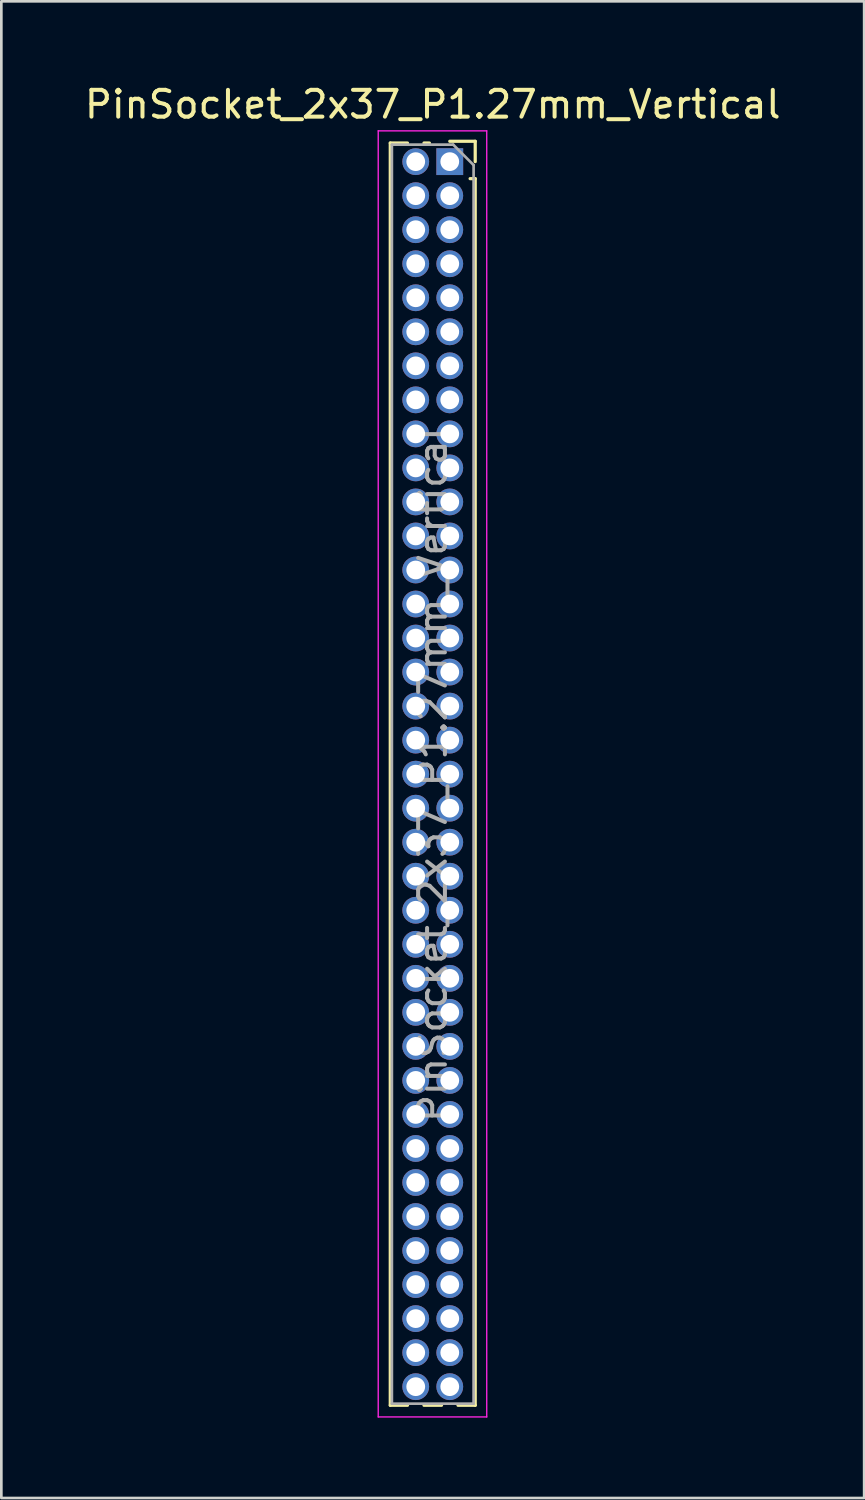
<source format=kicad_pcb>
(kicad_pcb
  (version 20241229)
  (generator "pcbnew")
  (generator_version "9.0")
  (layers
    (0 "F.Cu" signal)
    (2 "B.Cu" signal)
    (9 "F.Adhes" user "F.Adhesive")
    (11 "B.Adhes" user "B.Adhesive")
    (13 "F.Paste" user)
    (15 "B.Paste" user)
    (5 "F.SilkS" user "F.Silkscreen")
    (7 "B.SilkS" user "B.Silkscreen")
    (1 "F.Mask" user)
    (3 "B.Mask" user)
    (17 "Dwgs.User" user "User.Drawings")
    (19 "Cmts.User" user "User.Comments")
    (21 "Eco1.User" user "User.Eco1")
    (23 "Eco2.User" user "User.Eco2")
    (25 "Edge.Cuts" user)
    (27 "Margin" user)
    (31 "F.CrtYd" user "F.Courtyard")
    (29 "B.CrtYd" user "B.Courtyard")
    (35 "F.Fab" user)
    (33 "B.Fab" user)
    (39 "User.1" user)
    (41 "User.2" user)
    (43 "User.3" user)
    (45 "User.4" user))
  (footprint "PinSocket_2x37_P1.27mm_Vertical"
    (layer "F.Cu")
    (at 13.736 2.983)
    (property "Reference" "PinSocket_2x37_P1.27mm_Vertical" (at -0.635 -2.135 0) (layer "F.SilkS") (effects (font (size 1 1) (thickness 0.15))))
    (attr through_hole)
    (fp_line (start -2.22 -0.695) (end -2.22 46.415) (stroke (width 0.12) (type solid)) (layer "F.SilkS"))
    (fp_line (start -2.22 -0.695) (end -1.578 -0.695) (stroke (width 0.12) (type solid)) (layer "F.SilkS"))
    (fp_line (start -2.22 46.415) (end -1.578 46.415) (stroke (width 0.12) (type solid)) (layer "F.SilkS"))
    (fp_line (start -0.962 -0.695) (end -0.76 -0.695) (stroke (width 0.12) (type solid)) (layer "F.SilkS"))
    (fp_line (start -0.962 46.415) (end -0.308 46.415) (stroke (width 0.12) (type solid)) (layer "F.SilkS"))
    (fp_line (start 0 -0.76) (end 0.95 -0.76) (stroke (width 0.12) (type solid)) (layer "F.SilkS"))
    (fp_line (start 0.308 46.415) (end 0.95 46.415) (stroke (width 0.12) (type solid)) (layer "F.SilkS"))
    (fp_line (start 0.76 0.635) (end 0.95 0.635) (stroke (width 0.12) (type solid)) (layer "F.SilkS"))
    (fp_line (start 0.95 -0.76) (end 0.95 0) (stroke (width 0.12) (type solid)) (layer "F.SilkS"))
    (fp_line (start 0.95 0.635) (end 0.95 46.415) (stroke (width 0.12) (type solid)) (layer "F.SilkS"))
    (fp_line (start -2.67 -1.15) (end 1.38 -1.15) (stroke (width 0.05) (type solid)) (layer "F.CrtYd"))
    (fp_line (start -2.67 46.85) (end -2.67 -1.15) (stroke (width 0.05) (type solid)) (layer "F.CrtYd"))
    (fp_line (start 1.38 -1.15) (end 1.38 46.85) (stroke (width 0.05) (type solid)) (layer "F.CrtYd"))
    (fp_line (start 1.38 46.85) (end -2.67 46.85) (stroke (width 0.05) (type solid)) (layer "F.CrtYd"))
    (fp_line (start -2.16 -0.635) (end 0.128 -0.635) (stroke (width 0.1) (type solid)) (layer "F.Fab"))
    (fp_line (start -2.16 46.355) (end -2.16 -0.635) (stroke (width 0.1) (type solid)) (layer "F.Fab"))
    (fp_line (start 0.128 -0.635) (end 0.89 0.128) (stroke (width 0.1) (type solid)) (layer "F.Fab"))
    (fp_line (start 0.89 0.128) (end 0.89 46.355) (stroke (width 0.1) (type solid)) (layer "F.Fab"))
    (fp_line (start 0.89 46.355) (end -2.16 46.355) (stroke (width 0.1) (type solid)) (layer "F.Fab"))
    (fp_text user "${REFERENCE}" (at -0.635 22.86 90) (layer "F.Fab") (effects (font (size 1 1) (thickness 0.15))))
    (pad "1" thru_hole rect (at 0 0) (size 1 1) (drill 0.7) (layers "*.Cu" "*.Mask"))
    (pad "2" thru_hole oval (at -1.27 0) (size 1 1) (drill 0.7) (layers "*.Cu" "*.Mask"))
    (pad "3" thru_hole oval (at 0 1.27) (size 1 1) (drill 0.7) (layers "*.Cu" "*.Mask"))
    (pad "4" thru_hole oval (at -1.27 1.27) (size 1 1) (drill 0.7) (layers "*.Cu" "*.Mask"))
    (pad "5" thru_hole oval (at 0 2.54) (size 1 1) (drill 0.7) (layers "*.Cu" "*.Mask"))
    (pad "6" thru_hole oval (at -1.27 2.54) (size 1 1) (drill 0.7) (layers "*.Cu" "*.Mask"))
    (pad "7" thru_hole oval (at 0 3.81) (size 1 1) (drill 0.7) (layers "*.Cu" "*.Mask"))
    (pad "8" thru_hole oval (at -1.27 3.81) (size 1 1) (drill 0.7) (layers "*.Cu" "*.Mask"))
    (pad "9" thru_hole oval (at 0 5.08) (size 1 1) (drill 0.7) (layers "*.Cu" "*.Mask"))
    (pad "10" thru_hole oval (at -1.27 5.08) (size 1 1) (drill 0.7) (layers "*.Cu" "*.Mask"))
    (pad "11" thru_hole oval (at 0 6.35) (size 1 1) (drill 0.7) (layers "*.Cu" "*.Mask"))
    (pad "12" thru_hole oval (at -1.27 6.35) (size 1 1) (drill 0.7) (layers "*.Cu" "*.Mask"))
    (pad "13" thru_hole oval (at 0 7.62) (size 1 1) (drill 0.7) (layers "*.Cu" "*.Mask"))
    (pad "14" thru_hole oval (at -1.27 7.62) (size 1 1) (drill 0.7) (layers "*.Cu" "*.Mask"))
    (pad "15" thru_hole oval (at 0 8.89) (size 1 1) (drill 0.7) (layers "*.Cu" "*.Mask"))
    (pad "16" thru_hole oval (at -1.27 8.89) (size 1 1) (drill 0.7) (layers "*.Cu" "*.Mask"))
    (pad "17" thru_hole oval (at 0 10.16) (size 1 1) (drill 0.7) (layers "*.Cu" "*.Mask"))
    (pad "18" thru_hole oval (at -1.27 10.16) (size 1 1) (drill 0.7) (layers "*.Cu" "*.Mask"))
    (pad "19" thru_hole oval (at 0 11.43) (size 1 1) (drill 0.7) (layers "*.Cu" "*.Mask"))
    (pad "20" thru_hole oval (at -1.27 11.43) (size 1 1) (drill 0.7) (layers "*.Cu" "*.Mask"))
    (pad "21" thru_hole oval (at 0 12.7) (size 1 1) (drill 0.7) (layers "*.Cu" "*.Mask"))
    (pad "22" thru_hole oval (at -1.27 12.7) (size 1 1) (drill 0.7) (layers "*.Cu" "*.Mask"))
    (pad "23" thru_hole oval (at 0 13.97) (size 1 1) (drill 0.7) (layers "*.Cu" "*.Mask"))
    (pad "24" thru_hole oval (at -1.27 13.97) (size 1 1) (drill 0.7) (layers "*.Cu" "*.Mask"))
    (pad "25" thru_hole oval (at 0 15.24) (size 1 1) (drill 0.7) (layers "*.Cu" "*.Mask"))
    (pad "26" thru_hole oval (at -1.27 15.24) (size 1 1) (drill 0.7) (layers "*.Cu" "*.Mask"))
    (pad "27" thru_hole oval (at 0 16.51) (size 1 1) (drill 0.7) (layers "*.Cu" "*.Mask"))
    (pad "28" thru_hole oval (at -1.27 16.51) (size 1 1) (drill 0.7) (layers "*.Cu" "*.Mask"))
    (pad "29" thru_hole oval (at 0 17.78) (size 1 1) (drill 0.7) (layers "*.Cu" "*.Mask"))
    (pad "30" thru_hole oval (at -1.27 17.78) (size 1 1) (drill 0.7) (layers "*.Cu" "*.Mask"))
    (pad "31" thru_hole oval (at 0 19.05) (size 1 1) (drill 0.7) (layers "*.Cu" "*.Mask"))
    (pad "32" thru_hole oval (at -1.27 19.05) (size 1 1) (drill 0.7) (layers "*.Cu" "*.Mask"))
    (pad "33" thru_hole oval (at 0 20.32) (size 1 1) (drill 0.7) (layers "*.Cu" "*.Mask"))
    (pad "34" thru_hole oval (at -1.27 20.32) (size 1 1) (drill 0.7) (layers "*.Cu" "*.Mask"))
    (pad "35" thru_hole oval (at 0 21.59) (size 1 1) (drill 0.7) (layers "*.Cu" "*.Mask"))
    (pad "36" thru_hole oval (at -1.27 21.59) (size 1 1) (drill 0.7) (layers "*.Cu" "*.Mask"))
    (pad "37" thru_hole oval (at 0 22.86) (size 1 1) (drill 0.7) (layers "*.Cu" "*.Mask"))
    (pad "38" thru_hole oval (at -1.27 22.86) (size 1 1) (drill 0.7) (layers "*.Cu" "*.Mask"))
    (pad "39" thru_hole oval (at 0 24.13) (size 1 1) (drill 0.7) (layers "*.Cu" "*.Mask"))
    (pad "40" thru_hole oval (at -1.27 24.13) (size 1 1) (drill 0.7) (layers "*.Cu" "*.Mask"))
    (pad "41" thru_hole oval (at 0 25.4) (size 1 1) (drill 0.7) (layers "*.Cu" "*.Mask"))
    (pad "42" thru_hole oval (at -1.27 25.4) (size 1 1) (drill 0.7) (layers "*.Cu" "*.Mask"))
    (pad "43" thru_hole oval (at 0 26.67) (size 1 1) (drill 0.7) (layers "*.Cu" "*.Mask"))
    (pad "44" thru_hole oval (at -1.27 26.67) (size 1 1) (drill 0.7) (layers "*.Cu" "*.Mask"))
    (pad "45" thru_hole oval (at 0 27.94) (size 1 1) (drill 0.7) (layers "*.Cu" "*.Mask"))
    (pad "46" thru_hole oval (at -1.27 27.94) (size 1 1) (drill 0.7) (layers "*.Cu" "*.Mask"))
    (pad "47" thru_hole oval (at 0 29.21) (size 1 1) (drill 0.7) (layers "*.Cu" "*.Mask"))
    (pad "48" thru_hole oval (at -1.27 29.21) (size 1 1) (drill 0.7) (layers "*.Cu" "*.Mask"))
    (pad "49" thru_hole oval (at 0 30.48) (size 1 1) (drill 0.7) (layers "*.Cu" "*.Mask"))
    (pad "50" thru_hole oval (at -1.27 30.48) (size 1 1) (drill 0.7) (layers "*.Cu" "*.Mask"))
    (pad "51" thru_hole oval (at 0 31.75) (size 1 1) (drill 0.7) (layers "*.Cu" "*.Mask"))
    (pad "52" thru_hole oval (at -1.27 31.75) (size 1 1) (drill 0.7) (layers "*.Cu" "*.Mask"))
    (pad "53" thru_hole oval (at 0 33.02) (size 1 1) (drill 0.7) (layers "*.Cu" "*.Mask"))
    (pad "54" thru_hole oval (at -1.27 33.02) (size 1 1) (drill 0.7) (layers "*.Cu" "*.Mask"))
    (pad "55" thru_hole oval (at 0 34.29) (size 1 1) (drill 0.7) (layers "*.Cu" "*.Mask"))
    (pad "56" thru_hole oval (at -1.27 34.29) (size 1 1) (drill 0.7) (layers "*.Cu" "*.Mask"))
    (pad "57" thru_hole oval (at 0 35.56) (size 1 1) (drill 0.7) (layers "*.Cu" "*.Mask"))
    (pad "58" thru_hole oval (at -1.27 35.56) (size 1 1) (drill 0.7) (layers "*.Cu" "*.Mask"))
    (pad "59" thru_hole oval (at 0 36.83) (size 1 1) (drill 0.7) (layers "*.Cu" "*.Mask"))
    (pad "60" thru_hole oval (at -1.27 36.83) (size 1 1) (drill 0.7) (layers "*.Cu" "*.Mask"))
    (pad "61" thru_hole oval (at 0 38.1) (size 1 1) (drill 0.7) (layers "*.Cu" "*.Mask"))
    (pad "62" thru_hole oval (at -1.27 38.1) (size 1 1) (drill 0.7) (layers "*.Cu" "*.Mask"))
    (pad "63" thru_hole oval (at 0 39.37) (size 1 1) (drill 0.7) (layers "*.Cu" "*.Mask"))
    (pad "64" thru_hole oval (at -1.27 39.37) (size 1 1) (drill 0.7) (layers "*.Cu" "*.Mask"))
    (pad "65" thru_hole oval (at 0 40.64) (size 1 1) (drill 0.7) (layers "*.Cu" "*.Mask"))
    (pad "66" thru_hole oval (at -1.27 40.64) (size 1 1) (drill 0.7) (layers "*.Cu" "*.Mask"))
    (pad "67" thru_hole oval (at 0 41.91) (size 1 1) (drill 0.7) (layers "*.Cu" "*.Mask"))
    (pad "68" thru_hole oval (at -1.27 41.91) (size 1 1) (drill 0.7) (layers "*.Cu" "*.Mask"))
    (pad "69" thru_hole oval (at 0 43.18) (size 1 1) (drill 0.7) (layers "*.Cu" "*.Mask"))
    (pad "70" thru_hole oval (at -1.27 43.18) (size 1 1) (drill 0.7) (layers "*.Cu" "*.Mask"))
    (pad "71" thru_hole oval (at 0 44.45) (size 1 1) (drill 0.7) (layers "*.Cu" "*.Mask"))
    (pad "72" thru_hole oval (at -1.27 44.45) (size 1 1) (drill 0.7) (layers "*.Cu" "*.Mask"))
    (pad "73" thru_hole oval (at 0 45.72) (size 1 1) (drill 0.7) (layers "*.Cu" "*.Mask"))
    (pad "74" thru_hole oval (at -1.27 45.72) (size 1 1) (drill 0.7) (layers "*.Cu" "*.Mask")))
  (gr_rect
    (start -3 -3)
    (end 29.202 52.858)
    (stroke (width 0.1) (type default))
    (fill no)
    (layer "Edge.Cuts")))
</source>
